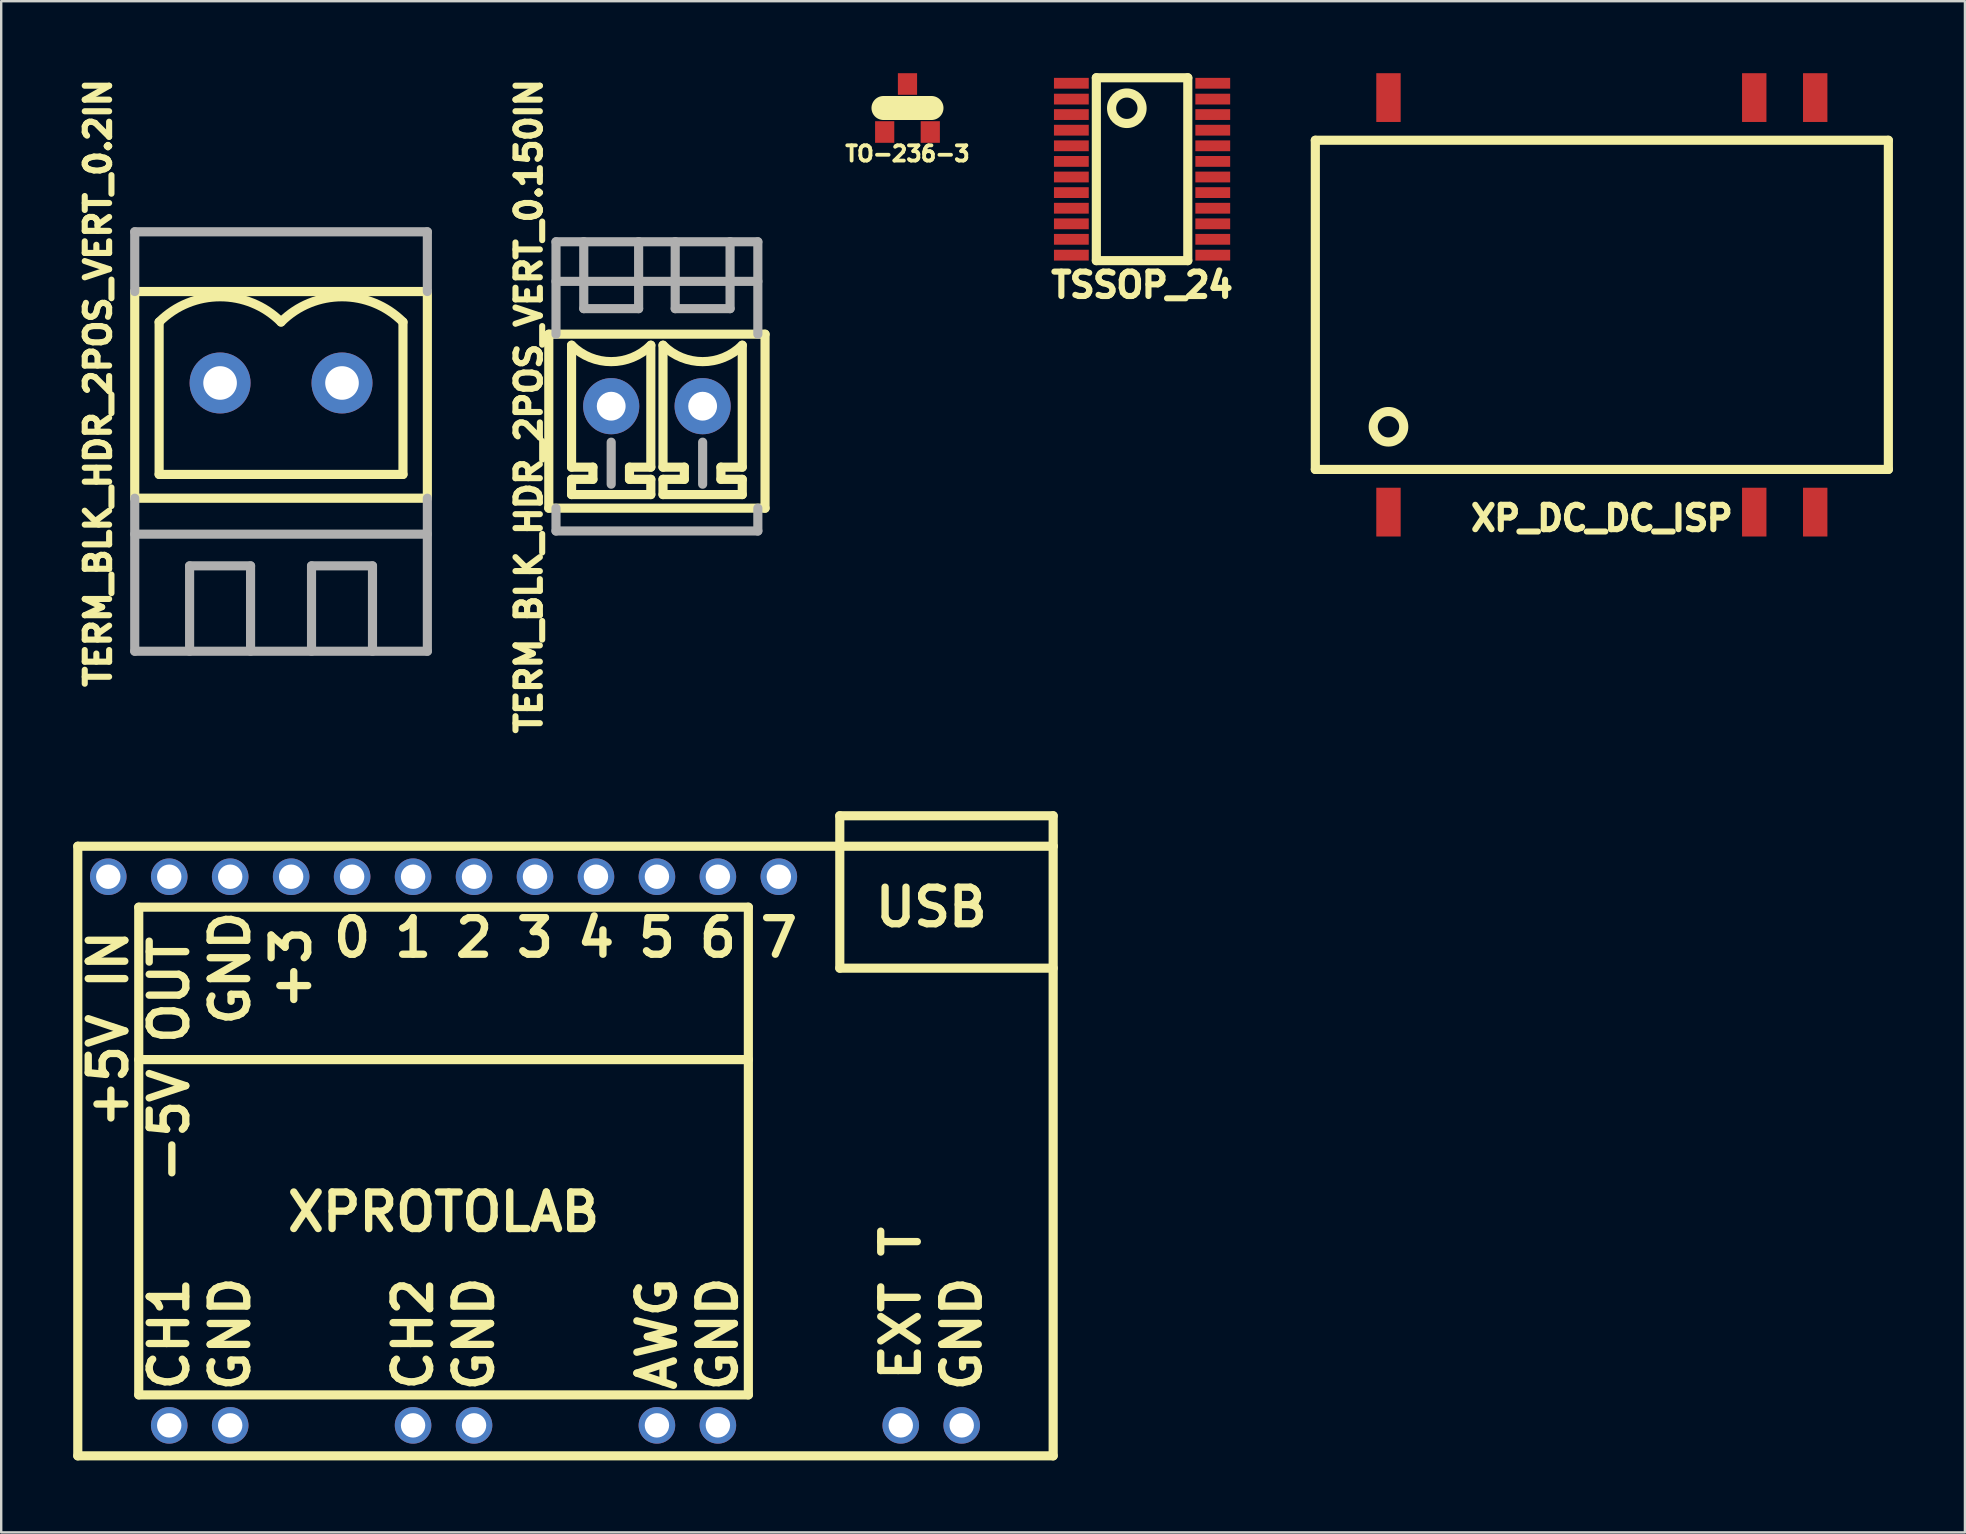
<source format=kicad_pcb>
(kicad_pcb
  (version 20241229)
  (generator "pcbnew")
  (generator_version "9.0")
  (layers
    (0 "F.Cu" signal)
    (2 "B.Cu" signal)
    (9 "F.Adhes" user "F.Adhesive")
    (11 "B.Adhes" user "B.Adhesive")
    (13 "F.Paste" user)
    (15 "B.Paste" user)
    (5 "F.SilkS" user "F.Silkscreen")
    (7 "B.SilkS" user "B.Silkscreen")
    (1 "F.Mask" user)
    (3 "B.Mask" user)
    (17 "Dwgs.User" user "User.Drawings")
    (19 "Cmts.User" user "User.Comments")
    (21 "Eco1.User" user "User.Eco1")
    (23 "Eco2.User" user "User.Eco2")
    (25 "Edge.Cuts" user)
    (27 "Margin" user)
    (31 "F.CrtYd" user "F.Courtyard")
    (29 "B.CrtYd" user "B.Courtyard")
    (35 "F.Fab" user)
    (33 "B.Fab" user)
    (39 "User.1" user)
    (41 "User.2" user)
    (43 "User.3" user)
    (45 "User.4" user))
  (footprint "TO-236-3"
    (layer "F.Cu")
    (at 34.761 1.45)
    (property "Reference" "TO-236-3" (at 0 1.905 0) (layer "F.SilkS") (effects (font (size 0.635 0.635) (thickness 0.159))))
    (attr through_hole)
    (fp_line (start -1 0) (end 1 0) (stroke (width 1) (type solid)) (layer "F.SilkS"))
    (pad "1" smd rect (at -0.95 1) (size 0.8 0.9) (layers "F.Cu" "F.Mask"))
    (pad "2" smd rect (at 0.95 1) (size 0.8 0.9) (layers "F.Cu" "F.Mask"))
    (pad "3" smd rect (at 0 -1) (size 0.8 0.9) (layers "F.Cu" "F.Mask")))
  (footprint "XPROTOLAB"
    (layer "F.Cu")
    (at 20.511 44.909)
    (property "Reference" "XPROTOLAB" (at -5.08 2.54 0) (layer "F.SilkS") (effects (font (size 1.524 1.524) (thickness 0.305))))
    (attr through_hole)
    (fp_line (start -20.32 -12.7) (end -20.32 12.7) (stroke (width 0.381) (type solid)) (layer "F.SilkS"))
    (fp_line (start -20.32 12.7) (end 20.32 12.7) (stroke (width 0.381) (type solid)) (layer "F.SilkS"))
    (fp_line (start -17.78 -10.16) (end -17.78 10.16) (stroke (width 0.381) (type solid)) (layer "F.SilkS"))
    (fp_line (start -17.78 10.16) (end 7.62 10.16) (stroke (width 0.381) (type solid)) (layer "F.SilkS"))
    (fp_line (start 7.62 -10.16) (end -17.78 -10.16) (stroke (width 0.381) (type solid)) (layer "F.SilkS"))
    (fp_line (start 7.62 -3.81) (end -17.78 -3.81) (stroke (width 0.381) (type solid)) (layer "F.SilkS"))
    (fp_line (start 7.62 10.16) (end 7.62 -10.16) (stroke (width 0.381) (type solid)) (layer "F.SilkS"))
    (fp_line (start 11.43 -13.97) (end 11.43 -7.62) (stroke (width 0.381) (type solid)) (layer "F.SilkS"))
    (fp_line (start 11.43 -13.97) (end 20.32 -13.97) (stroke (width 0.381) (type solid)) (layer "F.SilkS"))
    (fp_line (start 11.43 -7.62) (end 20.32 -7.62) (stroke (width 0.381) (type solid)) (layer "F.SilkS"))
    (fp_line (start 20.32 -13.97) (end 20.32 -12.7) (stroke (width 0.381) (type solid)) (layer "F.SilkS"))
    (fp_line (start 20.32 -12.7) (end -20.32 -12.7) (stroke (width 0.381) (type solid)) (layer "F.SilkS"))
    (fp_line (start 20.32 12.7) (end 20.32 -12.7) (stroke (width 0.381) (type solid)) (layer "F.SilkS"))
    (fp_text user "5" (at 3.81 -8.89 0) (layer "F.SilkS") (effects (font (size 1.524 1.524) (thickness 0.305))))
    (fp_text user "6" (at 6.35 -8.89 0) (layer "F.SilkS") (effects (font (size 1.524 1.524) (thickness 0.305))))
    (fp_text user "3" (at -1.27 -8.89 0) (layer "F.SilkS") (effects (font (size 1.524 1.524) (thickness 0.305))))
    (fp_text user "GND" (at -3.81 7.62 90) (layer "F.SilkS") (effects (font (size 1.524 1.524) (thickness 0.305))))
    (fp_text user "GND" (at -13.97 7.62 90) (layer "F.SilkS") (effects (font (size 1.524 1.524) (thickness 0.305))))
    (fp_text user "+5V IN" (at -19.05 -5.08 90) (layer "F.SilkS") (effects (font (size 1.524 1.524) (thickness 0.305))))
    (fp_text user "USB" (at 15.24 -10.16 0) (layer "F.SilkS") (effects (font (size 1.524 1.524) (thickness 0.305))))
    (fp_text user "GND" (at -13.97 -7.62 90) (layer "F.SilkS") (effects (font (size 1.524 1.524) (thickness 0.305))))
    (fp_text user "7" (at 8.89 -8.89 0) (layer "F.SilkS") (effects (font (size 1.524 1.524) (thickness 0.305))))
    (fp_text user "CH2" (at -6.35 7.62 90) (layer "F.SilkS") (effects (font (size 1.524 1.524) (thickness 0.305))))
    (fp_text user "2" (at -3.81 -8.89 0) (layer "F.SilkS") (effects (font (size 1.524 1.524) (thickness 0.305))))
    (fp_text user "AWG" (at 3.81 7.62 90) (layer "F.SilkS") (effects (font (size 1.524 1.524) (thickness 0.305))))
    (fp_text user "-5V OUT" (at -16.51 -3.81 90) (layer "F.SilkS") (effects (font (size 1.524 1.524) (thickness 0.305))))
    (fp_text user "GND" (at 16.51 7.62 90) (layer "F.SilkS") (effects (font (size 1.524 1.524) (thickness 0.305))))
    (fp_text user "CH1" (at -16.51 7.62 90) (layer "F.SilkS") (effects (font (size 1.524 1.524) (thickness 0.305))))
    (fp_text user "EXT T" (at 13.97 6.35 90) (layer "F.SilkS") (effects (font (size 1.524 1.524) (thickness 0.305))))
    (fp_text user "+3" (at -11.43 -7.62 90) (layer "F.SilkS") (effects (font (size 1.524 1.524) (thickness 0.305))))
    (fp_text user "GND" (at 6.35 7.62 90) (layer "F.SilkS") (effects (font (size 1.524 1.524) (thickness 0.305))))
    (fp_text user "4" (at 1.27 -8.89 0) (layer "F.SilkS") (effects (font (size 1.524 1.524) (thickness 0.305))))
    (fp_text user "1" (at -6.35 -8.89 0) (layer "F.SilkS") (effects (font (size 1.524 1.524) (thickness 0.305))))
    (fp_text user "0" (at -8.89 -8.89 0) (layer "F.SilkS") (effects (font (size 1.524 1.524) (thickness 0.305))))
    (pad "1" thru_hole circle (at -16.51 11.43) (size 1.524 1.524) (drill 1.016) (layers "*.Cu" "*.Mask"))
    (pad "2" thru_hole circle (at -13.97 11.43) (size 1.524 1.524) (drill 1.016) (layers "*.Cu" "*.Mask"))
    (pad "3" thru_hole circle (at -6.35 11.43) (size 1.524 1.524) (drill 1.016) (layers "*.Cu" "*.Mask"))
    (pad "4" thru_hole circle (at -3.81 11.43) (size 1.524 1.524) (drill 1.016) (layers "*.Cu" "*.Mask"))
    (pad "5" thru_hole circle (at 3.81 11.43) (size 1.524 1.524) (drill 1.016) (layers "*.Cu" "*.Mask"))
    (pad "6" thru_hole circle (at 6.35 11.43) (size 1.524 1.524) (drill 1.016) (layers "*.Cu" "*.Mask"))
    (pad "7" thru_hole circle (at 13.97 11.43) (size 1.524 1.524) (drill 1.016) (layers "*.Cu" "*.Mask"))
    (pad "8" thru_hole circle (at 16.51 11.43) (size 1.524 1.524) (drill 1.016) (layers "*.Cu" "*.Mask"))
    (pad "9" thru_hole circle (at 8.89 -11.43) (size 1.524 1.524) (drill 1.016) (layers "*.Cu" "*.Mask"))
    (pad "10" thru_hole circle (at 6.35 -11.43) (size 1.524 1.524) (drill 1.016) (layers "*.Cu" "*.Mask"))
    (pad "11" thru_hole circle (at 3.81 -11.43) (size 1.524 1.524) (drill 1.016) (layers "*.Cu" "*.Mask"))
    (pad "12" thru_hole circle (at 1.27 -11.43) (size 1.524 1.524) (drill 1.016) (layers "*.Cu" "*.Mask"))
    (pad "13" thru_hole circle (at -1.27 -11.43) (size 1.524 1.524) (drill 1.016) (layers "*.Cu" "*.Mask"))
    (pad "14" thru_hole circle (at -3.81 -11.43) (size 1.524 1.524) (drill 1.016) (layers "*.Cu" "*.Mask"))
    (pad "15" thru_hole circle (at -6.35 -11.43) (size 1.524 1.524) (drill 1.016) (layers "*.Cu" "*.Mask"))
    (pad "16" thru_hole circle (at -8.89 -11.43) (size 1.524 1.524) (drill 1.016) (layers "*.Cu" "*.Mask"))
    (pad "17" thru_hole circle (at -11.43 -11.43) (size 1.524 1.524) (drill 1.016) (layers "*.Cu" "*.Mask"))
    (pad "18" thru_hole circle (at -13.97 -11.43) (size 1.524 1.524) (drill 1.016) (layers "*.Cu" "*.Mask"))
    (pad "19" thru_hole circle (at -16.51 -11.43) (size 1.524 1.524) (drill 1.016) (layers "*.Cu" "*.Mask"))
    (pad "20" thru_hole circle (at -19.05 -11.43) (size 1.524 1.524) (drill 1.016) (layers "*.Cu" "*.Mask")))
  (footprint "TERM_BLK_HDR_2POS_VERT_0.2IN"
    (layer "F.Cu")
    (at 8.66 12.907)
    (property "Reference" "TERM_BLK_HDR_2POS_VERT_0.2IN" (at -7.62 0 90) (layer "F.SilkS") (effects (font (size 1.016 1.016) (thickness 0.254))))
    (attr through_hole)
    (fp_line (start -6.096 -3.81) (end -6.096 4.801) (stroke (width 0.381) (type solid)) (layer "F.SilkS"))
    (fp_line (start -5.08 3.81) (end -5.08 -2.54) (stroke (width 0.381) (type solid)) (layer "F.SilkS"))
    (fp_line (start 5.08 -2.54) (end 5.08 3.81) (stroke (width 0.381) (type solid)) (layer "F.SilkS"))
    (fp_line (start 5.08 3.81) (end -5.08 3.81) (stroke (width 0.381) (type solid)) (layer "F.SilkS"))
    (fp_line (start 6.096 -3.81) (end -6.096 -3.81) (stroke (width 0.381) (type solid)) (layer "F.SilkS"))
    (fp_line (start 6.096 -3.81) (end 6.096 4.801) (stroke (width 0.381) (type solid)) (layer "F.SilkS"))
    (fp_line (start 6.096 4.801) (end -6.096 4.801) (stroke (width 0.381) (type solid)) (layer "F.SilkS"))
    (fp_arc (start -5.08 -2.54) (mid -2.54 -3.592102) (end 0 -2.54) (stroke (width 0.381) (type solid)) (layer "F.SilkS"))
    (fp_arc (start 0 -2.54) (mid 2.54 -3.592102) (end 5.08 -2.54) (stroke (width 0.381) (type solid)) (layer "F.SilkS"))
    (fp_line (start -6.096 -6.299) (end 6.096 -6.299) (stroke (width 0.381) (type solid)) (layer "F.Fab"))
    (fp_line (start -6.096 -3.81) (end -6.096 -6.299) (stroke (width 0.381) (type solid)) (layer "F.Fab"))
    (fp_line (start -6.096 6.299) (end 6.096 6.299) (stroke (width 0.381) (type solid)) (layer "F.Fab"))
    (fp_line (start -6.096 11.176) (end -6.096 4.801) (stroke (width 0.381) (type solid)) (layer "F.Fab"))
    (fp_line (start -3.81 7.62) (end -3.81 11.176) (stroke (width 0.381) (type solid)) (layer "F.Fab"))
    (fp_line (start -1.27 7.62) (end -3.81 7.62) (stroke (width 0.381) (type solid)) (layer "F.Fab"))
    (fp_line (start -1.27 11.176) (end -1.27 7.62) (stroke (width 0.381) (type solid)) (layer "F.Fab"))
    (fp_line (start 1.27 7.62) (end 3.81 7.62) (stroke (width 0.381) (type solid)) (layer "F.Fab"))
    (fp_line (start 1.27 11.176) (end 1.27 7.62) (stroke (width 0.381) (type solid)) (layer "F.Fab"))
    (fp_line (start 3.81 7.62) (end 3.81 11.176) (stroke (width 0.381) (type solid)) (layer "F.Fab"))
    (fp_line (start 6.096 -3.81) (end 6.096 -6.299) (stroke (width 0.381) (type solid)) (layer "F.Fab"))
    (fp_line (start 6.096 4.801) (end 6.096 11.176) (stroke (width 0.381) (type solid)) (layer "F.Fab"))
    (fp_line (start 6.096 11.176) (end -6.096 11.176) (stroke (width 0.381) (type solid)) (layer "F.Fab"))
    (pad "1" thru_hole circle (at 2.54 0) (size 2.54 2.54) (drill 1.4) (layers "*.Cu" "*.Mask"))
    (pad "2" thru_hole circle (at -2.54 0) (size 2.54 2.54) (drill 1.4) (layers "*.Cu" "*.Mask")))
  (footprint "XP_DC_DC_ISP"
    (layer "F.Cu")
    (at 63.692 9.652)
    (property "Reference" "XP_DC_DC_ISP" (at 0 8.89 0) (layer "F.SilkS") (effects (font (size 1.016 1.016) (thickness 0.254))))
    (attr through_hole)
    (fp_line (start -11.938 -6.858) (end -11.938 6.858) (stroke (width 0.381) (type solid)) (layer "F.SilkS"))
    (fp_line (start -11.938 -6.858) (end 11.938 -6.858) (stroke (width 0.381) (type solid)) (layer "F.SilkS"))
    (fp_line (start -11.938 6.858) (end 11.938 6.858) (stroke (width 0.381) (type solid)) (layer "F.SilkS"))
    (fp_line (start 11.938 -6.858) (end 11.938 6.858) (stroke (width 0.381) (type solid)) (layer "F.SilkS"))
    (fp_circle (center -8.89 5.08) (end -8.89 4.445) (stroke (width 0.381) (type solid)) (fill no) (layer "F.SilkS"))
    (pad "1" smd rect (at -8.89 8.636) (size 1.016 2.032) (layers "F.Cu" "F.Mask" "F.Paste"))
    (pad "7" smd rect (at 6.35 8.636) (size 1.016 2.032) (layers "F.Cu" "F.Mask" "F.Paste"))
    (pad "8" smd rect (at 8.89 8.636) (size 1.016 2.032) (layers "F.Cu" "F.Mask" "F.Paste"))
    (pad "9" smd rect (at 8.89 -8.636) (size 1.016 2.032) (layers "F.Cu" "F.Mask" "F.Paste"))
    (pad "10" smd rect (at 6.35 -8.636) (size 1.016 2.032) (layers "F.Cu" "F.Mask" "F.Paste"))
    (pad "16" smd rect (at -8.89 -8.636) (size 1.016 2.032) (layers "F.Cu" "F.Mask" "F.Paste")))
  (footprint "TERM_BLK_HDR_2POS_VERT_0.150IN"
    (layer "F.Cu")
    (at 24.321 13.874)
    (property "Reference" "TERM_BLK_HDR_2POS_VERT_0.150IN" (at -5.334 0 90) (layer "F.SilkS") (effects (font (size 1.016 1.016) (thickness 0.254))))
    (attr through_hole)
    (fp_line (start -4.505 -3) (end -4.505 4.25) (stroke (width 0.381) (type solid)) (layer "F.SilkS"))
    (fp_line (start -3.556 -2.54) (end -3.556 2.54) (stroke (width 0.381) (type solid)) (layer "F.SilkS"))
    (fp_line (start -3.556 2.54) (end -2.667 2.54) (stroke (width 0.381) (type solid)) (layer "F.SilkS"))
    (fp_line (start -3.556 3.048) (end -3.556 3.683) (stroke (width 0.381) (type solid)) (layer "F.SilkS"))
    (fp_line (start -3.556 3.683) (end -0.254 3.683) (stroke (width 0.381) (type solid)) (layer "F.SilkS"))
    (fp_line (start -2.667 2.54) (end -2.667 3.048) (stroke (width 0.381) (type solid)) (layer "F.SilkS"))
    (fp_line (start -2.667 3.048) (end -3.556 3.048) (stroke (width 0.381) (type solid)) (layer "F.SilkS"))
    (fp_line (start -1.143 2.54) (end -0.254 2.54) (stroke (width 0.381) (type solid)) (layer "F.SilkS"))
    (fp_line (start -1.143 3.048) (end -1.143 2.54) (stroke (width 0.381) (type solid)) (layer "F.SilkS"))
    (fp_line (start -0.254 -2.54) (end -0.254 2.54) (stroke (width 0.381) (type solid)) (layer "F.SilkS"))
    (fp_line (start -0.254 3.048) (end -1.143 3.048) (stroke (width 0.381) (type solid)) (layer "F.SilkS"))
    (fp_line (start -0.254 3.683) (end -0.254 3.048) (stroke (width 0.381) (type solid)) (layer "F.SilkS"))
    (fp_line (start 0.254 -2.54) (end 0.254 2.54) (stroke (width 0.381) (type solid)) (layer "F.SilkS"))
    (fp_line (start 0.254 2.54) (end 1.143 2.54) (stroke (width 0.381) (type solid)) (layer "F.SilkS"))
    (fp_line (start 0.254 3.048) (end 0.254 3.683) (stroke (width 0.381) (type solid)) (layer "F.SilkS"))
    (fp_line (start 0.254 3.683) (end 3.556 3.683) (stroke (width 0.381) (type solid)) (layer "F.SilkS"))
    (fp_line (start 1.143 2.54) (end 1.143 3.048) (stroke (width 0.381) (type solid)) (layer "F.SilkS"))
    (fp_line (start 1.143 3.048) (end 0.254 3.048) (stroke (width 0.381) (type solid)) (layer "F.SilkS"))
    (fp_line (start 2.667 2.54) (end 3.556 2.54) (stroke (width 0.381) (type solid)) (layer "F.SilkS"))
    (fp_line (start 2.667 3.048) (end 2.667 2.54) (stroke (width 0.381) (type solid)) (layer "F.SilkS"))
    (fp_line (start 3.556 -2.54) (end 3.556 2.54) (stroke (width 0.381) (type solid)) (layer "F.SilkS"))
    (fp_line (start 3.556 3.048) (end 2.667 3.048) (stroke (width 0.381) (type solid)) (layer "F.SilkS"))
    (fp_line (start 3.556 3.683) (end 3.556 3.048) (stroke (width 0.381) (type solid)) (layer "F.SilkS"))
    (fp_line (start 4.505 -3) (end -4.505 -3) (stroke (width 0.381) (type solid)) (layer "F.SilkS"))
    (fp_line (start 4.505 -3) (end 4.505 4.25) (stroke (width 0.381) (type solid)) (layer "F.SilkS"))
    (fp_line (start 4.505 4.25) (end -4.505 4.25) (stroke (width 0.381) (type solid)) (layer "F.SilkS"))
    (fp_arc (start -0.254 -2.54) (mid -1.905 -1.856133) (end -3.556 -2.54) (stroke (width 0.381) (type solid)) (layer "F.SilkS"))
    (fp_arc (start 3.556 -2.54) (mid 1.905 -1.856133) (end 0.254 -2.54) (stroke (width 0.381) (type solid)) (layer "F.SilkS"))
    (fp_line (start -4.205 -6.85) (end 4.205 -6.85) (stroke (width 0.381) (type solid)) (layer "F.Fab"))
    (fp_line (start -4.205 -5.2) (end 4.205 -5.2) (stroke (width 0.381) (type solid)) (layer "F.Fab"))
    (fp_line (start -4.205 -3) (end -4.205 -6.85) (stroke (width 0.381) (type solid)) (layer "F.Fab"))
    (fp_line (start -4.205 4.25) (end -4.205 5.2) (stroke (width 0.381) (type solid)) (layer "F.Fab"))
    (fp_line (start -4.205 5.2) (end 4.205 5.2) (stroke (width 0.381) (type solid)) (layer "F.Fab"))
    (fp_line (start -3.048 -6.858) (end -3.048 -4.064) (stroke (width 0.381) (type solid)) (layer "F.Fab"))
    (fp_line (start -3.048 -4.064) (end -0.762 -4.064) (stroke (width 0.381) (type solid)) (layer "F.Fab"))
    (fp_line (start -1.905 1.5) (end -1.905 3.25) (stroke (width 0.381) (type solid)) (layer "F.Fab"))
    (fp_line (start -0.762 -4.064) (end -0.762 -6.858) (stroke (width 0.381) (type solid)) (layer "F.Fab"))
    (fp_line (start 0.762 -6.858) (end 0.762 -4.064) (stroke (width 0.381) (type solid)) (layer "F.Fab"))
    (fp_line (start 0.762 -4.064) (end 3.048 -4.064) (stroke (width 0.381) (type solid)) (layer "F.Fab"))
    (fp_line (start 1.905 1.5) (end 1.905 3.25) (stroke (width 0.381) (type solid)) (layer "F.Fab"))
    (fp_line (start 3.048 -4.064) (end 3.048 -6.858) (stroke (width 0.381) (type solid)) (layer "F.Fab"))
    (fp_line (start 4.205 -6.85) (end 4.205 -3) (stroke (width 0.381) (type solid)) (layer "F.Fab"))
    (fp_line (start 4.205 5.2) (end 4.205 4.25) (stroke (width 0.381) (type solid)) (layer "F.Fab"))
    (pad "1" thru_hole circle (at 1.905 0) (size 2.34 2.34) (drill 1.2) (layers "*.Cu" "*.Mask"))
    (pad "2" thru_hole circle (at -1.905 0) (size 2.34 2.34) (drill 1.2) (layers "*.Cu" "*.Mask")))
  (footprint "TSSOP_24"
    (layer "F.Cu")
    (at 44.535 4)
    (property "Reference" "TSSOP_24" (at 0 4.826 0) (layer "F.SilkS") (effects (font (size 1.016 1.016) (thickness 0.254))))
    (attr through_hole)
    (fp_line (start -1.905 -3.81) (end -1.905 3.81) (stroke (width 0.381) (type solid)) (layer "F.SilkS"))
    (fp_line (start -1.905 3.81) (end 1.905 3.81) (stroke (width 0.381) (type solid)) (layer "F.SilkS"))
    (fp_line (start 1.905 -3.81) (end -1.905 -3.81) (stroke (width 0.381) (type solid)) (layer "F.SilkS"))
    (fp_line (start 1.905 3.81) (end 1.905 -3.81) (stroke (width 0.381) (type solid)) (layer "F.SilkS"))
    (fp_circle (center -0.635 -2.54) (end -0.635 -3.175) (stroke (width 0.381) (type solid)) (fill no) (layer "F.SilkS"))
    (pad "1" smd rect (at -2.946 -3.581) (size 1.45 0.45) (layers "F.Cu" "F.Mask" "F.Paste"))
    (pad "2" smd rect (at -2.946 -2.921) (size 1.45 0.45) (layers "F.Cu" "F.Mask" "F.Paste"))
    (pad "3" smd rect (at -2.946 -2.276) (size 1.45 0.45) (layers "F.Cu" "F.Mask" "F.Paste"))
    (pad "4" smd rect (at -2.946 -1.626) (size 1.45 0.45) (layers "F.Cu" "F.Mask" "F.Paste"))
    (pad "5" smd rect (at -2.946 -0.975) (size 1.45 0.45) (layers "F.Cu" "F.Mask" "F.Paste"))
    (pad "6" smd rect (at -2.946 -0.325) (size 1.45 0.45) (layers "F.Cu" "F.Mask" "F.Paste"))
    (pad "7" smd rect (at -2.946 0.325) (size 1.45 0.45) (layers "F.Cu" "F.Mask" "F.Paste"))
    (pad "8" smd rect (at -2.946 0.975) (size 1.45 0.45) (layers "F.Cu" "F.Mask" "F.Paste"))
    (pad "9" smd rect (at -2.946 1.626) (size 1.45 0.45) (layers "F.Cu" "F.Mask" "F.Paste"))
    (pad "10" smd rect (at -2.946 2.276) (size 1.45 0.45) (layers "F.Cu" "F.Mask" "F.Paste"))
    (pad "11" smd rect (at -2.946 2.921) (size 1.45 0.45) (layers "F.Cu" "F.Mask" "F.Paste"))
    (pad "12" smd rect (at -2.946 3.581) (size 1.45 0.45) (layers "F.Cu" "F.Mask" "F.Paste"))
    (pad "13" smd rect (at 2.946 3.581) (size 1.45 0.45) (layers "F.Cu" "F.Mask" "F.Paste"))
    (pad "14" smd rect (at 2.946 2.921) (size 1.45 0.45) (layers "F.Cu" "F.Mask" "F.Paste"))
    (pad "15" smd rect (at 2.946 2.276) (size 1.45 0.45) (layers "F.Cu" "F.Mask" "F.Paste"))
    (pad "16" smd rect (at 2.946 1.626) (size 1.45 0.45) (layers "F.Cu" "F.Mask" "F.Paste"))
    (pad "17" smd rect (at 2.946 0.975) (size 1.45 0.45) (layers "F.Cu" "F.Mask" "F.Paste"))
    (pad "18" smd rect (at 2.946 0.325) (size 1.45 0.45) (layers "F.Cu" "F.Mask" "F.Paste"))
    (pad "19" smd rect (at 2.946 -0.325) (size 1.45 0.45) (layers "F.Cu" "F.Mask" "F.Paste"))
    (pad "20" smd rect (at 2.946 -0.975) (size 1.45 0.45) (layers "F.Cu" "F.Mask" "F.Paste"))
    (pad "21" smd rect (at 2.946 -1.626) (size 1.45 0.45) (layers "F.Cu" "F.Mask" "F.Paste"))
    (pad "22" smd rect (at 2.946 -2.276) (size 1.45 0.45) (layers "F.Cu" "F.Mask" "F.Paste"))
    (pad "23" smd rect (at 2.946 -2.921) (size 1.45 0.45) (layers "F.Cu" "F.Mask" "F.Paste"))
    (pad "24" smd rect (at 2.946 -3.581) (size 1.45 0.45) (layers "F.Cu" "F.Mask" "F.Paste")))
  (gr_rect
    (start -3 -3)
    (end 78.821 60.8)
    (stroke (width 0.1) (type default))
    (fill no)
    (layer "Edge.Cuts")))
</source>
